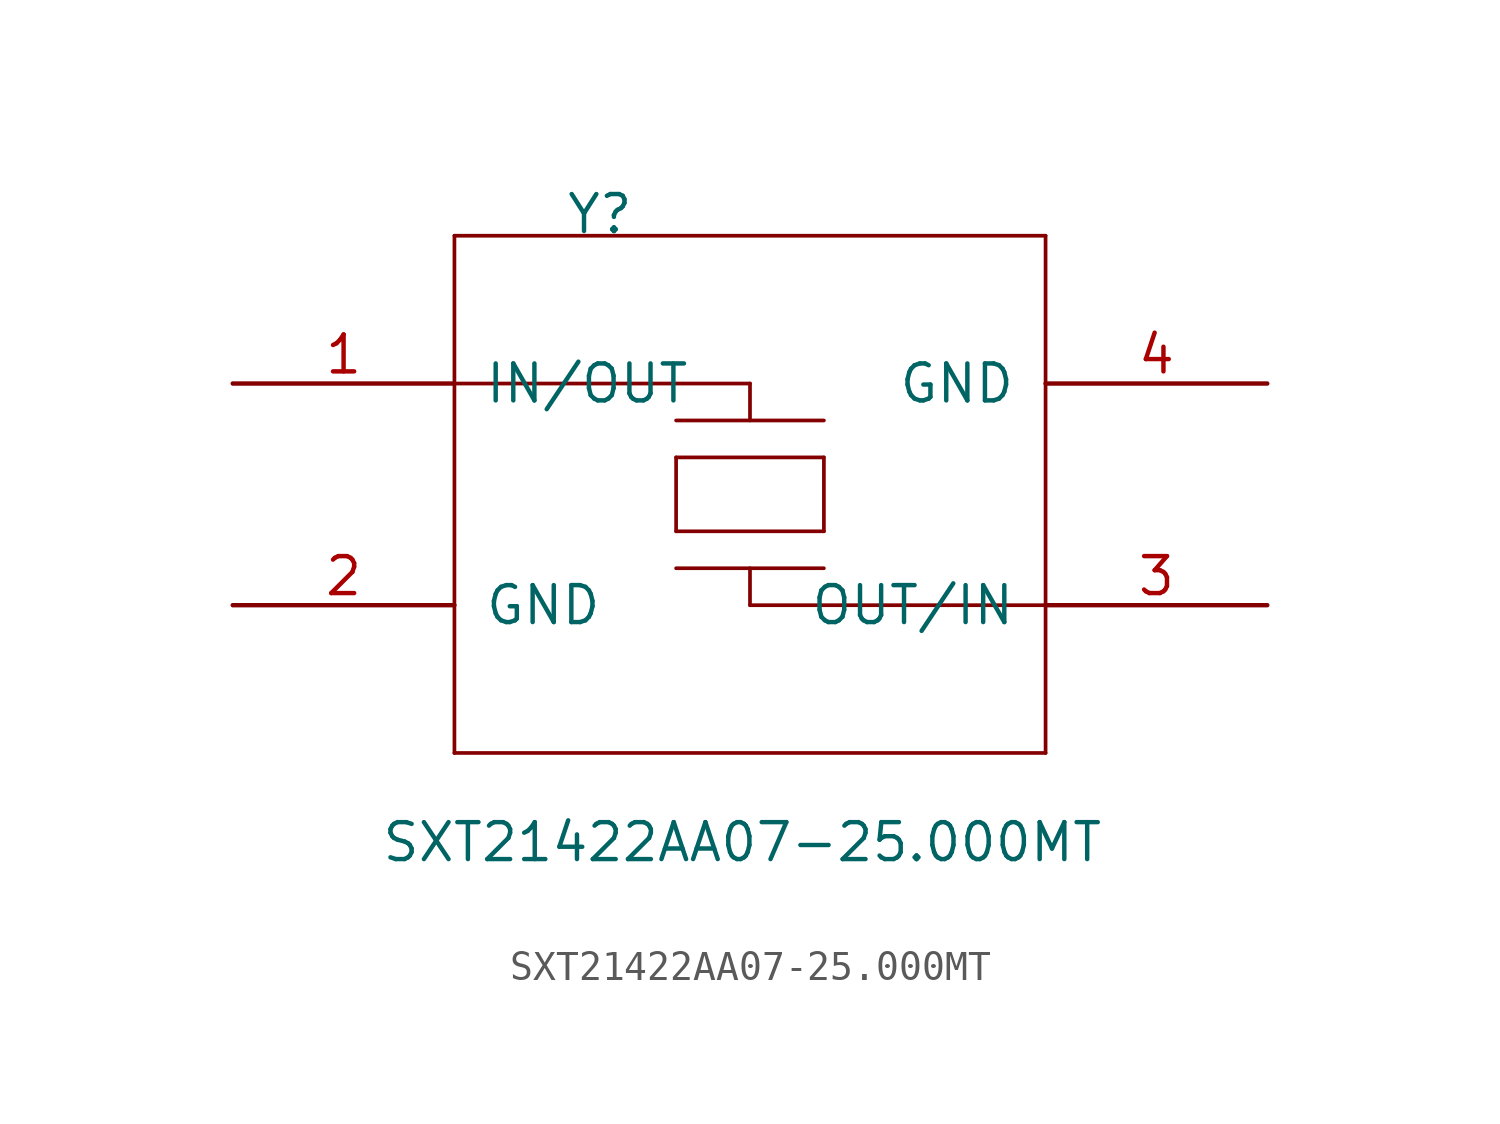
<source format=kicad_sym>
(kicad_symbol_lib
  (version 20220914)
  (generator kicad_symbol_editor)
  (symbol "SXT21422AA07-25.000MT"
    (pin_names
      (offset 1.016))
    (property "Reference" "Y"
      (at -6.35 8.89 0)
      (effects (font (size 1.27 1.27)) (justify left bottom)))
    (property "Value" "SXT21422AA07-25.000MT"
      (at -12.7 -12.7 0)
      (effects (font (size 1.27 1.27)) (justify left bottom)))
    (symbol "SXT21422AA07-25.000MT_0_1"
      (polyline (pts (xy -10.16 -8.89) (xy 10.16 -8.89)) (stroke (width 0.127) (type default)) (fill (type none)))
      (polyline (pts (xy -10.16 3.81) (xy 0 3.81)) (stroke (width 0.127) (type default)) (fill (type none)))
      (polyline (pts (xy -10.16 8.89) (xy -10.16 -8.89)) (stroke (width 0.127) (type default)) (fill (type none)))
      (polyline (pts (xy -2.54 -2.54) (xy 2.54 -2.54)) (stroke (width 0.127) (type default)) (fill (type none)))
      (polyline (pts (xy -2.54 -1.27) (xy 2.54 -1.27)) (stroke (width 0.127) (type default)) (fill (type none)))
      (polyline (pts (xy -2.54 1.27) (xy -2.54 -1.27)) (stroke (width 0.127) (type default)) (fill (type none)))
      (polyline (pts (xy -2.54 1.27) (xy 2.54 1.27)) (stroke (width 0.127) (type default)) (fill (type none)))
      (polyline (pts (xy -2.54 2.54) (xy 2.54 2.54)) (stroke (width 0.127) (type default)) (fill (type none)))
      (polyline (pts (xy 0 -3.81) (xy 0 -2.54)) (stroke (width 0.127) (type default)) (fill (type none)))
      (polyline (pts (xy 0 2.54) (xy 0 3.81)) (stroke (width 0.127) (type default)) (fill (type none)))
      (polyline (pts (xy 2.54 -1.27) (xy 2.54 1.27)) (stroke (width 0.127) (type default)) (fill (type none)))
      (polyline (pts (xy 10.16 -8.89) (xy 10.16 8.89)) (stroke (width 0.127) (type default)) (fill (type none)))
      (polyline (pts (xy 10.16 -3.81) (xy 0 -3.81)) (stroke (width 0.127) (type default)) (fill (type none)))
      (polyline (pts (xy 10.16 8.89) (xy -10.16 8.89)) (stroke (width 0.127) (type default)) (fill (type none))))
    (symbol "SXT21422AA07-25.000MT_1_1"
      (pin bidirectional line (at -17.78 3.81 0) (length 7.62) (name "IN/OUT" (effects (font (size 1.27 1.27)))) (number "1" (effects (font (size 1.27 1.27)))))
      (pin bidirectional line (at -17.78 -3.81 0) (length 7.62) (name "GND" (effects (font (size 1.27 1.27)))) (number "2" (effects (font (size 1.27 1.27)))))
      (pin bidirectional line (at 17.78 -3.81 180) (length 7.62) (name "OUT/IN" (effects (font (size 1.27 1.27)))) (number "3" (effects (font (size 1.27 1.27)))))
      (pin bidirectional line (at 17.78 3.81 180) (length 7.62) (name "GND" (effects (font (size 1.27 1.27)))) (number "4" (effects (font (size 1.27 1.27))))))))
</source>
